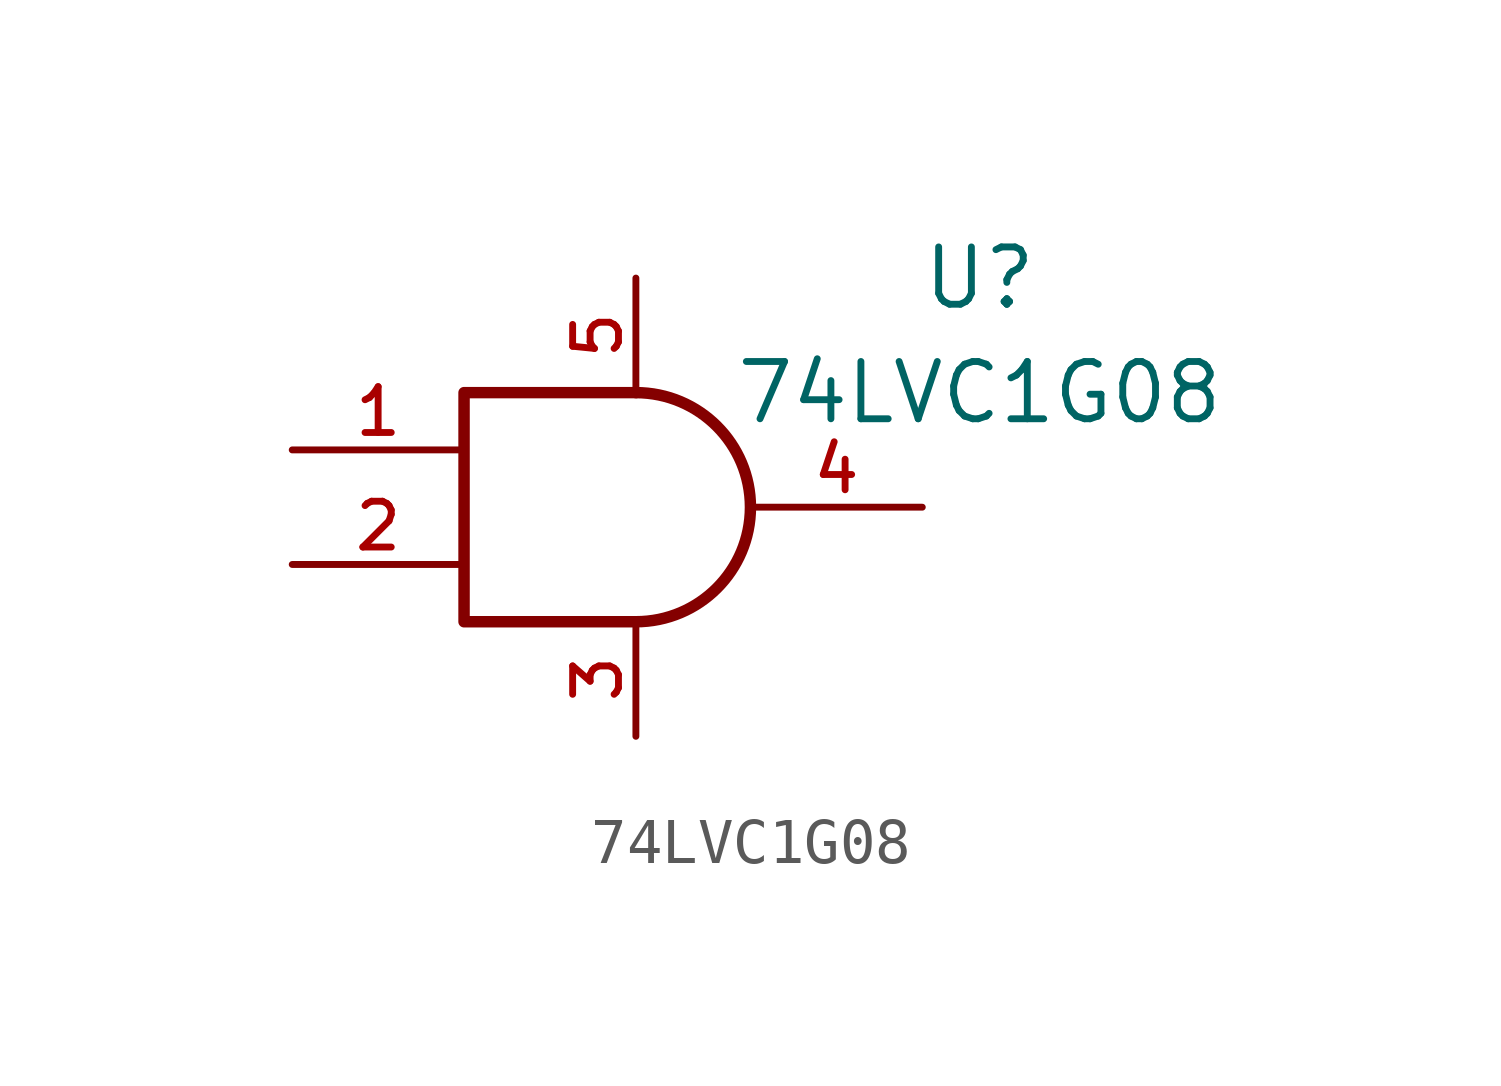
<source format=kicad_sym>
(kicad_symbol_lib
  (version 20211014)
  (generator kicad_symbol_editor)
  (symbol "74LVC1G08"
    (pin_names
      (offset 1.016))
    (property "Reference" "U"
      (at 7.62 5.08 0)
      (effects (font (size 1.27 1.27))))
    (property "Value" "74LVC1G08"
      (at 7.62 2.54 0)
      (effects (font (size 1.27 1.27))))
    (symbol "74LVC1G08_0_1"
      (arc (start 0 -2.54) (mid 2.54 0) (end 0 2.54) (stroke (width 0.254) (type default) (color 0 0 0 0)) (fill (type none)))
      (polyline (pts (xy 0 -2.54) (xy -3.81 -2.54) (xy -3.81 2.54) (xy 0 2.54)) (stroke (width 0.254) (type default) (color 0 0 0 0)) (fill (type none))))
    (symbol "74LVC1G08_1_1"
      (pin input line (at -7.62 1.27 0) (length 3.81) (name "~" (effects (font (size 1.016 1.016)))) (number "1" (effects (font (size 1.016 1.016)))))
      (pin input line (at -7.62 -1.27 0) (length 3.81) (name "~" (effects (font (size 1.016 1.016)))) (number "2" (effects (font (size 1.016 1.016)))))
      (pin power_in line (at 0 -5.08 90) (length 2.54) (name "~" (effects (font (size 1.016 1.016)))) (number "3" (effects (font (size 1.016 1.016)))))
      (pin output line (at 6.35 0 180) (length 3.81) (name "~" (effects (font (size 1.016 1.016)))) (number "4" (effects (font (size 1.016 1.016)))))
      (pin passive line (at 0 5.08 270) (length 2.54) (name "~" (effects (font (size 1.016 1.016)))) (number "5" (effects (font (size 1.016 1.016))))))))
</source>
